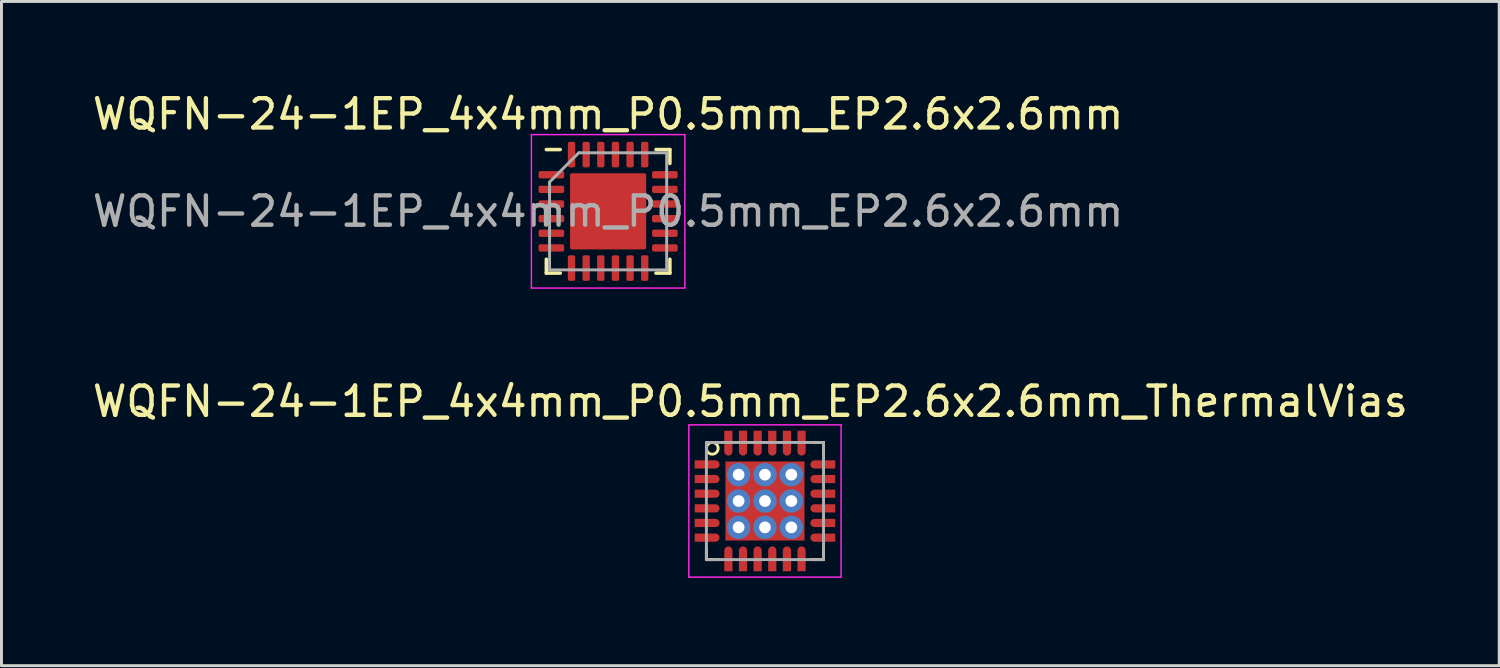
<source format=kicad_pcb>
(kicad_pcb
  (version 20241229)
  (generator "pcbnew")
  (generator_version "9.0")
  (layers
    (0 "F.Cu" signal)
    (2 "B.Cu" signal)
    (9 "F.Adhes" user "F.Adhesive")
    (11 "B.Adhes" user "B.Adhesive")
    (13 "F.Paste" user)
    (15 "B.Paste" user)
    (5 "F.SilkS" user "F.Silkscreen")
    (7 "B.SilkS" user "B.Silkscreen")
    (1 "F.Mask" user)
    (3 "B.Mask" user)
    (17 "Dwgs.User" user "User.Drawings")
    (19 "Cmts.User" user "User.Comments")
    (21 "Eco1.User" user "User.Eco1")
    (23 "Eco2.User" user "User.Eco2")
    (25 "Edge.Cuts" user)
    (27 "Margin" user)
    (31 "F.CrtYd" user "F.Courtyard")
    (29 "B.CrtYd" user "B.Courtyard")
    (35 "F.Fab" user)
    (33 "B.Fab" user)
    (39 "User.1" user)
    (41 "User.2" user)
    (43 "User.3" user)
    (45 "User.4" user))
  (footprint "WQFN-24-1EP_4x4mm_P0.5mm_EP2.6x2.6mm"
    (layer "F.Cu")
    (at 17.72 4.168)
    (property "Reference" "WQFN-24-1EP_4x4mm_P0.5mm_EP2.6x2.6mm" (at 0 -3.32 0) (layer "F.SilkS") (effects (font (size 1 1) (thickness 0.15))))
    (attr smd)
    (fp_line (start -2.11 2.11) (end -2.11 1.635) (stroke (width 0.12) (type solid)) (layer "F.SilkS"))
    (fp_line (start -1.635 -2.11) (end -2.11 -2.11) (stroke (width 0.12) (type solid)) (layer "F.SilkS"))
    (fp_line (start -1.635 2.11) (end -2.11 2.11) (stroke (width 0.12) (type solid)) (layer "F.SilkS"))
    (fp_line (start 1.635 -2.11) (end 2.11 -2.11) (stroke (width 0.12) (type solid)) (layer "F.SilkS"))
    (fp_line (start 1.635 2.11) (end 2.11 2.11) (stroke (width 0.12) (type solid)) (layer "F.SilkS"))
    (fp_line (start 2.11 -2.11) (end 2.11 -1.635) (stroke (width 0.12) (type solid)) (layer "F.SilkS"))
    (fp_line (start 2.11 2.11) (end 2.11 1.635) (stroke (width 0.12) (type solid)) (layer "F.SilkS"))
    (fp_line (start -2.62 -2.62) (end -2.62 2.62) (stroke (width 0.05) (type solid)) (layer "F.CrtYd"))
    (fp_line (start -2.62 2.62) (end 2.62 2.62) (stroke (width 0.05) (type solid)) (layer "F.CrtYd"))
    (fp_line (start 2.62 -2.62) (end -2.62 -2.62) (stroke (width 0.05) (type solid)) (layer "F.CrtYd"))
    (fp_line (start 2.62 2.62) (end 2.62 -2.62) (stroke (width 0.05) (type solid)) (layer "F.CrtYd"))
    (fp_line (start -2 -1) (end -1 -2) (stroke (width 0.1) (type solid)) (layer "F.Fab"))
    (fp_line (start -2 2) (end -2 -1) (stroke (width 0.1) (type solid)) (layer "F.Fab"))
    (fp_line (start -1 -2) (end 2 -2) (stroke (width 0.1) (type solid)) (layer "F.Fab"))
    (fp_line (start 2 -2) (end 2 2) (stroke (width 0.1) (type solid)) (layer "F.Fab"))
    (fp_line (start 2 2) (end -2 2) (stroke (width 0.1) (type solid)) (layer "F.Fab"))
    (fp_text user "${REFERENCE}" (at 0 0 0) (layer "F.Fab") (effects (font (size 1 1) (thickness 0.15))))
    (pad "" smd roundrect (at -0.65 -0.65) (size 1.05 1.05) (layers "F.Paste") (roundrect_rratio 0.238))
    (pad "" smd roundrect (at -0.65 0.65) (size 1.05 1.05) (layers "F.Paste") (roundrect_rratio 0.238))
    (pad "" smd roundrect (at 0.65 -0.65) (size 1.05 1.05) (layers "F.Paste") (roundrect_rratio 0.238))
    (pad "" smd roundrect (at 0.65 0.65) (size 1.05 1.05) (layers "F.Paste") (roundrect_rratio 0.238))
    (pad "1" smd roundrect (at -1.938 -1.25) (size 0.875 0.25) (layers "F.Cu" "F.Mask" "F.Paste") (roundrect_rratio 0.25))
    (pad "2" smd roundrect (at -1.938 -0.75) (size 0.875 0.25) (layers "F.Cu" "F.Mask" "F.Paste") (roundrect_rratio 0.25))
    (pad "3" smd roundrect (at -1.938 -0.25) (size 0.875 0.25) (layers "F.Cu" "F.Mask" "F.Paste") (roundrect_rratio 0.25))
    (pad "4" smd roundrect (at -1.938 0.25) (size 0.875 0.25) (layers "F.Cu" "F.Mask" "F.Paste") (roundrect_rratio 0.25))
    (pad "5" smd roundrect (at -1.938 0.75) (size 0.875 0.25) (layers "F.Cu" "F.Mask" "F.Paste") (roundrect_rratio 0.25))
    (pad "6" smd roundrect (at -1.938 1.25) (size 0.875 0.25) (layers "F.Cu" "F.Mask" "F.Paste") (roundrect_rratio 0.25))
    (pad "7" smd roundrect (at -1.25 1.938) (size 0.25 0.875) (layers "F.Cu" "F.Mask" "F.Paste") (roundrect_rratio 0.25))
    (pad "8" smd roundrect (at -0.75 1.938) (size 0.25 0.875) (layers "F.Cu" "F.Mask" "F.Paste") (roundrect_rratio 0.25))
    (pad "9" smd roundrect (at -0.25 1.938) (size 0.25 0.875) (layers "F.Cu" "F.Mask" "F.Paste") (roundrect_rratio 0.25))
    (pad "10" smd roundrect (at 0.25 1.938) (size 0.25 0.875) (layers "F.Cu" "F.Mask" "F.Paste") (roundrect_rratio 0.25))
    (pad "11" smd roundrect (at 0.75 1.938) (size 0.25 0.875) (layers "F.Cu" "F.Mask" "F.Paste") (roundrect_rratio 0.25))
    (pad "12" smd roundrect (at 1.25 1.938) (size 0.25 0.875) (layers "F.Cu" "F.Mask" "F.Paste") (roundrect_rratio 0.25))
    (pad "13" smd roundrect (at 1.938 1.25) (size 0.875 0.25) (layers "F.Cu" "F.Mask" "F.Paste") (roundrect_rratio 0.25))
    (pad "14" smd roundrect (at 1.938 0.75) (size 0.875 0.25) (layers "F.Cu" "F.Mask" "F.Paste") (roundrect_rratio 0.25))
    (pad "15" smd roundrect (at 1.938 0.25) (size 0.875 0.25) (layers "F.Cu" "F.Mask" "F.Paste") (roundrect_rratio 0.25))
    (pad "16" smd roundrect (at 1.938 -0.25) (size 0.875 0.25) (layers "F.Cu" "F.Mask" "F.Paste") (roundrect_rratio 0.25))
    (pad "17" smd roundrect (at 1.938 -0.75) (size 0.875 0.25) (layers "F.Cu" "F.Mask" "F.Paste") (roundrect_rratio 0.25))
    (pad "18" smd roundrect (at 1.938 -1.25) (size 0.875 0.25) (layers "F.Cu" "F.Mask" "F.Paste") (roundrect_rratio 0.25))
    (pad "19" smd roundrect (at 1.25 -1.938) (size 0.25 0.875) (layers "F.Cu" "F.Mask" "F.Paste") (roundrect_rratio 0.25))
    (pad "20" smd roundrect (at 0.75 -1.938) (size 0.25 0.875) (layers "F.Cu" "F.Mask" "F.Paste") (roundrect_rratio 0.25))
    (pad "21" smd roundrect (at 0.25 -1.938) (size 0.25 0.875) (layers "F.Cu" "F.Mask" "F.Paste") (roundrect_rratio 0.25))
    (pad "22" smd roundrect (at -0.25 -1.938) (size 0.25 0.875) (layers "F.Cu" "F.Mask" "F.Paste") (roundrect_rratio 0.25))
    (pad "23" smd roundrect (at -0.75 -1.938) (size 0.25 0.875) (layers "F.Cu" "F.Mask" "F.Paste") (roundrect_rratio 0.25))
    (pad "24" smd roundrect (at -1.25 -1.938) (size 0.25 0.875) (layers "F.Cu" "F.Mask" "F.Paste") (roundrect_rratio 0.25))
    (pad "25" smd roundrect (at 0 0) (size 2.6 2.6) (layers "F.Cu" "F.Mask") (roundrect_rratio 0.024)))
  (footprint "WQFN-24-1EP_4x4mm_P0.5mm_EP2.6x2.6mm_ThermalVias"
    (layer "F.Cu")
    (at 23.077 14.062)
    (property "Reference" "WQFN-24-1EP_4x4mm_P0.5mm_EP2.6x2.6mm_ThermalVias" (at -0.5 -3.4 0) (layer "F.SilkS") (effects (font (size 1 1) (thickness 0.15))))
    (attr smd)
    (fp_line (start -2 2) (end -2 1.6) (stroke (width 0.1) (type solid)) (layer "F.SilkS"))
    (fp_line (start -1.6 2) (end -2 2) (stroke (width 0.1) (type solid)) (layer "F.SilkS"))
    (fp_line (start 1.6 -2) (end 2 -2) (stroke (width 0.1) (type solid)) (layer "F.SilkS"))
    (fp_line (start 2 -2) (end 2 -1.6) (stroke (width 0.1) (type solid)) (layer "F.SilkS"))
    (fp_line (start 2 1.6) (end 2 2) (stroke (width 0.1) (type solid)) (layer "F.SilkS"))
    (fp_line (start 2 2) (end 1.6 2) (stroke (width 0.1) (type solid)) (layer "F.SilkS"))
    (fp_circle (center -1.8 -1.8) (end -2 -1.8) (stroke (width 0.1) (type solid)) (fill no) (layer "F.SilkS"))
    (fp_line (start -2.6 -2.6) (end 2.6 -2.6) (stroke (width 0.05) (type solid)) (layer "F.CrtYd"))
    (fp_line (start -2.6 2.6) (end -2.6 -2.6) (stroke (width 0.05) (type solid)) (layer "F.CrtYd"))
    (fp_line (start 2.6 -2.6) (end 2.6 2.6) (stroke (width 0.05) (type solid)) (layer "F.CrtYd"))
    (fp_line (start 2.6 2.6) (end -2.6 2.6) (stroke (width 0.05) (type solid)) (layer "F.CrtYd"))
    (fp_line (start -2 -2) (end 2 -2) (stroke (width 0.1) (type solid)) (layer "F.Fab"))
    (fp_line (start -2 2) (end -2 -2) (stroke (width 0.1) (type solid)) (layer "F.Fab"))
    (fp_line (start 2 -2) (end 2 2) (stroke (width 0.1) (type solid)) (layer "F.Fab"))
    (fp_line (start 2 2) (end -2 2) (stroke (width 0.1) (type solid)) (layer "F.Fab"))
    (pad "" smd rect (at -0.7 -0.7) (size 1.1 1.1) (layers "F.Paste"))
    (pad "" smd rect (at -0.7 0.7) (size 1.1 1.1) (layers "F.Paste"))
    (pad "" smd rect (at 0.7 -0.7) (size 1.1 1.1) (layers "F.Paste"))
    (pad "" smd rect (at 0.7 0.7) (size 1.1 1.1) (layers "F.Paste"))
    (pad "1" smd custom (at -1.25 -1.69 180) (size 0.28 0.28) (layers "F.Cu" "F.Mask" "F.Paste") (options (anchor circle)) (primitives (gr_poly (pts (xy -0.14 0) (xy 0.14 0) (xy 0.14 0.71) (xy -0.14 0.71)) (width 0) (fill yes))))
    (pad "2" smd custom (at -0.75 -1.69 180) (size 0.28 0.28) (layers "F.Cu" "F.Mask" "F.Paste") (options (anchor circle)) (primitives (gr_poly (pts (xy -0.14 0) (xy 0.14 0) (xy 0.14 0.71) (xy -0.14 0.71)) (width 0) (fill yes))))
    (pad "3" smd custom (at -0.25 -1.69 180) (size 0.28 0.28) (layers "F.Cu" "F.Mask" "F.Paste") (options (anchor circle)) (primitives (gr_poly (pts (xy -0.14 0) (xy 0.14 0) (xy 0.14 0.71) (xy -0.14 0.71)) (width 0) (fill yes))))
    (pad "4" smd custom (at 0.25 -1.69 180) (size 0.28 0.28) (layers "F.Cu" "F.Mask" "F.Paste") (options (anchor circle)) (primitives (gr_poly (pts (xy -0.14 0) (xy 0.14 0) (xy 0.14 0.71) (xy -0.14 0.71)) (width 0) (fill yes))))
    (pad "5" smd custom (at 0.75 -1.69 180) (size 0.28 0.28) (layers "F.Cu" "F.Mask" "F.Paste") (options (anchor circle)) (primitives (gr_poly (pts (xy -0.14 0) (xy 0.14 0) (xy 0.14 0.71) (xy -0.14 0.71)) (width 0) (fill yes))))
    (pad "6" smd custom (at 1.25 -1.69 180) (size 0.28 0.28) (layers "F.Cu" "F.Mask" "F.Paste") (options (anchor circle)) (primitives (gr_poly (pts (xy -0.14 0) (xy 0.14 0) (xy 0.14 0.71) (xy -0.14 0.71)) (width 0) (fill yes))))
    (pad "7" smd custom (at 1.69 -1.25 90) (size 0.28 0.28) (layers "F.Cu" "F.Mask" "F.Paste") (options (anchor circle)) (primitives (gr_poly (pts (xy -0.14 0) (xy 0.14 0) (xy 0.14 0.71) (xy -0.14 0.71)) (width 0) (fill yes))))
    (pad "8" smd custom (at 1.69 -0.75 90) (size 0.28 0.28) (layers "F.Cu" "F.Mask" "F.Paste") (options (anchor circle)) (primitives (gr_poly (pts (xy -0.14 0) (xy 0.14 0) (xy 0.14 0.71) (xy -0.14 0.71)) (width 0) (fill yes))))
    (pad "9" smd custom (at 1.69 -0.25 90) (size 0.28 0.28) (layers "F.Cu" "F.Mask" "F.Paste") (options (anchor circle)) (primitives (gr_poly (pts (xy -0.14 0) (xy 0.14 0) (xy 0.14 0.71) (xy -0.14 0.71)) (width 0) (fill yes))))
    (pad "10" smd custom (at 1.69 0.25 90) (size 0.28 0.28) (layers "F.Cu" "F.Mask" "F.Paste") (options (anchor circle)) (primitives (gr_poly (pts (xy -0.14 0) (xy 0.14 0) (xy 0.14 0.71) (xy -0.14 0.71)) (width 0) (fill yes))))
    (pad "11" smd custom (at 1.69 0.75 90) (size 0.28 0.28) (layers "F.Cu" "F.Mask" "F.Paste") (options (anchor circle)) (primitives (gr_poly (pts (xy -0.14 0) (xy 0.14 0) (xy 0.14 0.71) (xy -0.14 0.71)) (width 0) (fill yes))))
    (pad "12" smd custom (at 1.69 1.25 90) (size 0.28 0.28) (layers "F.Cu" "F.Mask" "F.Paste") (options (anchor circle)) (primitives (gr_poly (pts (xy -0.14 0) (xy 0.14 0) (xy 0.14 0.71) (xy -0.14 0.71)) (width 0) (fill yes))))
    (pad "13" smd custom (at 1.25 1.69) (size 0.28 0.28) (layers "F.Cu" "F.Mask" "F.Paste") (options (anchor circle)) (primitives (gr_poly (pts (xy -0.14 0) (xy 0.14 0) (xy 0.14 0.71) (xy -0.14 0.71)) (width 0) (fill yes))))
    (pad "14" smd custom (at 0.75 1.69) (size 0.28 0.28) (layers "F.Cu" "F.Mask" "F.Paste") (options (anchor circle)) (primitives (gr_poly (pts (xy -0.14 0) (xy 0.14 0) (xy 0.14 0.71) (xy -0.14 0.71)) (width 0) (fill yes))))
    (pad "15" smd custom (at 0.25 1.69) (size 0.28 0.28) (layers "F.Cu" "F.Mask" "F.Paste") (options (anchor circle)) (primitives (gr_poly (pts (xy -0.14 0) (xy 0.14 0) (xy 0.14 0.71) (xy -0.14 0.71)) (width 0) (fill yes))))
    (pad "16" smd custom (at -0.25 1.69) (size 0.28 0.28) (layers "F.Cu" "F.Mask" "F.Paste") (options (anchor circle)) (primitives (gr_poly (pts (xy -0.14 0) (xy 0.14 0) (xy 0.14 0.71) (xy -0.14 0.71)) (width 0) (fill yes))))
    (pad "17" smd custom (at -0.75 1.69) (size 0.28 0.28) (layers "F.Cu" "F.Mask" "F.Paste") (options (anchor circle)) (primitives (gr_poly (pts (xy -0.14 0) (xy 0.14 0) (xy 0.14 0.71) (xy -0.14 0.71)) (width 0) (fill yes))))
    (pad "18" smd custom (at -1.25 1.69) (size 0.28 0.28) (layers "F.Cu" "F.Mask" "F.Paste") (options (anchor circle)) (primitives (gr_poly (pts (xy -0.14 0) (xy 0.14 0) (xy 0.14 0.71) (xy -0.14 0.71)) (width 0) (fill yes))))
    (pad "19" smd custom (at -1.69 1.25 270) (size 0.28 0.28) (layers "F.Cu" "F.Mask" "F.Paste") (options (anchor circle)) (primitives (gr_poly (pts (xy -0.14 0) (xy 0.14 0) (xy 0.14 0.71) (xy -0.14 0.71)) (width 0) (fill yes))))
    (pad "20" smd custom (at -1.69 0.75 270) (size 0.28 0.28) (layers "F.Cu" "F.Mask" "F.Paste") (options (anchor circle)) (primitives (gr_poly (pts (xy -0.14 0) (xy 0.14 0) (xy 0.14 0.71) (xy -0.14 0.71)) (width 0) (fill yes))))
    (pad "21" smd custom (at -1.69 0.25 270) (size 0.28 0.28) (layers "F.Cu" "F.Mask" "F.Paste") (options (anchor circle)) (primitives (gr_poly (pts (xy -0.14 0) (xy 0.14 0) (xy 0.14 0.71) (xy -0.14 0.71)) (width 0) (fill yes))))
    (pad "22" smd custom (at -1.69 -0.25 270) (size 0.28 0.28) (layers "F.Cu" "F.Mask" "F.Paste") (options (anchor circle)) (primitives (gr_poly (pts (xy -0.14 0) (xy 0.14 0) (xy 0.14 0.71) (xy -0.14 0.71)) (width 0) (fill yes))))
    (pad "23" smd custom (at -1.69 -0.75 270) (size 0.28 0.28) (layers "F.Cu" "F.Mask" "F.Paste") (options (anchor circle)) (primitives (gr_poly (pts (xy -0.14 0) (xy 0.14 0) (xy 0.14 0.71) (xy -0.14 0.71)) (width 0) (fill yes))))
    (pad "24" smd custom (at -1.69 -1.25 270) (size 0.28 0.28) (layers "F.Cu" "F.Mask" "F.Paste") (options (anchor circle)) (primitives (gr_poly (pts (xy -0.14 0) (xy 0.14 0) (xy 0.14 0.71) (xy -0.14 0.71)) (width 0) (fill yes))))
    (pad "25" thru_hole circle (at -0.9 -0.9) (size 0.8 0.8) (drill 0.4) (layers "*.Cu"))
    (pad "25" thru_hole circle (at -0.9 0) (size 0.8 0.8) (drill 0.4) (layers "*.Cu"))
    (pad "25" thru_hole circle (at -0.9 0.9) (size 0.8 0.8) (drill 0.4) (layers "*.Cu"))
    (pad "25" thru_hole circle (at 0 -0.9) (size 0.8 0.8) (drill 0.4) (layers "*.Cu"))
    (pad "25" thru_hole circle (at 0 0) (size 0.8 0.8) (drill 0.4) (layers "*.Cu"))
    (pad "25" smd rect (at 0 0) (size 2.7 2.7) (layers "F.Cu" "F.Mask"))
    (pad "25" thru_hole circle (at 0 0.9) (size 0.8 0.8) (drill 0.4) (layers "*.Cu"))
    (pad "25" thru_hole circle (at 0.9 -0.9) (size 0.8 0.8) (drill 0.4) (layers "*.Cu"))
    (pad "25" thru_hole circle (at 0.9 0) (size 0.8 0.8) (drill 0.4) (layers "*.Cu"))
    (pad "25" thru_hole circle (at 0.9 0.9) (size 0.8 0.8) (drill 0.4) (layers "*.Cu")))
  (gr_rect
    (start -3 -3)
    (end 48.155 19.686)
    (stroke (width 0.1) (type default))
    (fill no)
    (layer "Edge.Cuts")))
</source>
